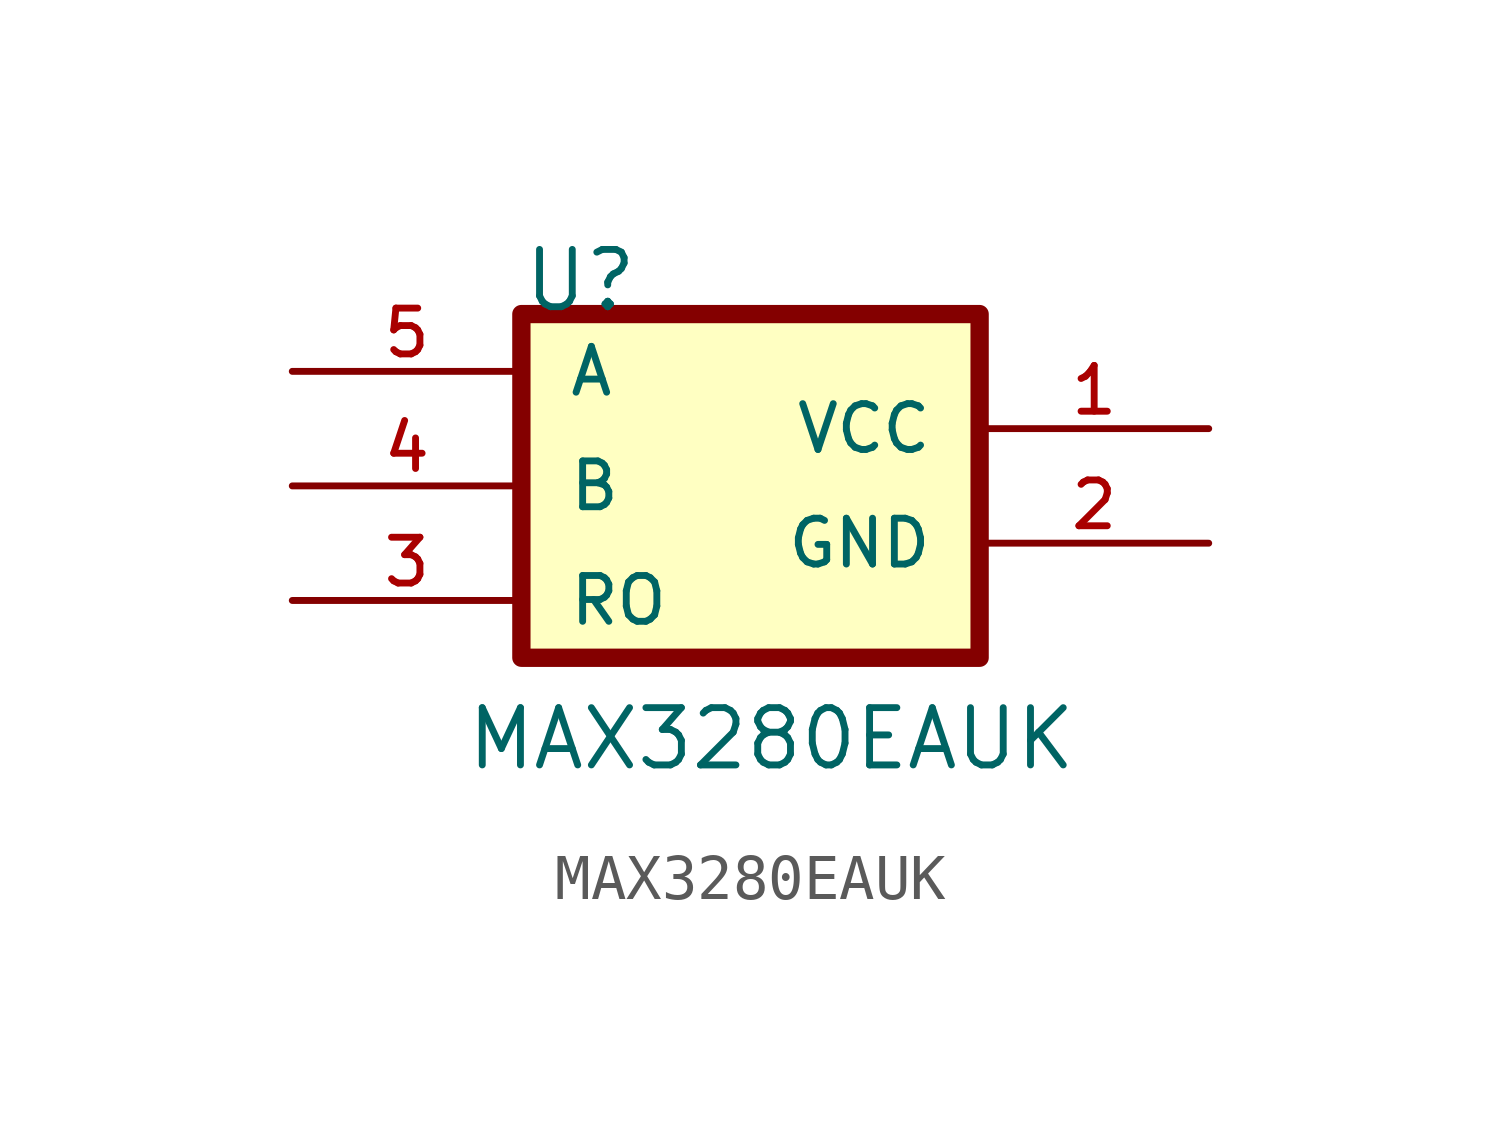
<source format=kicad_sym>
(kicad_symbol_lib
  (version 20211014)
  (generator kicad_symbol_editor)
  (symbol "MAX3280EAUK"
    (pin_names
      (offset 1.016))
    (property "Reference" "U"
      (at -5.08 3.81 0)
      (effects (font (size 1.27 1.27)) (justify left bottom)))
    (property "Value" "MAX3280EAUK"
      (at -6.35 -6.35 0)
      (effects (font (size 1.27 1.27)) (justify left bottom)))
    (property "ki_locked" ""
      (at 0 0 0)
      (effects (font (size 1.27 1.27))))
    (symbol "MAX3280EAUK_0_0"
      (rectangle (start -5.08 3.81) (end 5.08 -3.81) (stroke (width 0.406) (type default) (color 0 0 0 0)) (fill (type background)))
      (pin power_in line (at 10.16 1.27 180) (length 5.08) (name "VCC" (effects (font (size 1.016 1.016)))) (number "1" (effects (font (size 1.016 1.016)))))
      (pin power_in line (at 10.16 -1.27 180) (length 5.08) (name "GND" (effects (font (size 1.016 1.016)))) (number "2" (effects (font (size 1.016 1.016)))))
      (pin bidirectional line (at -10.16 -2.54 0) (length 5.08) (name "RO" (effects (font (size 1.016 1.016)))) (number "3" (effects (font (size 1.016 1.016)))))
      (pin bidirectional line (at -10.16 0 0) (length 5.08) (name "B" (effects (font (size 1.016 1.016)))) (number "4" (effects (font (size 1.016 1.016)))))
      (pin bidirectional line (at -10.16 2.54 0) (length 5.08) (name "A" (effects (font (size 1.016 1.016)))) (number "5" (effects (font (size 1.016 1.016))))))))
</source>
